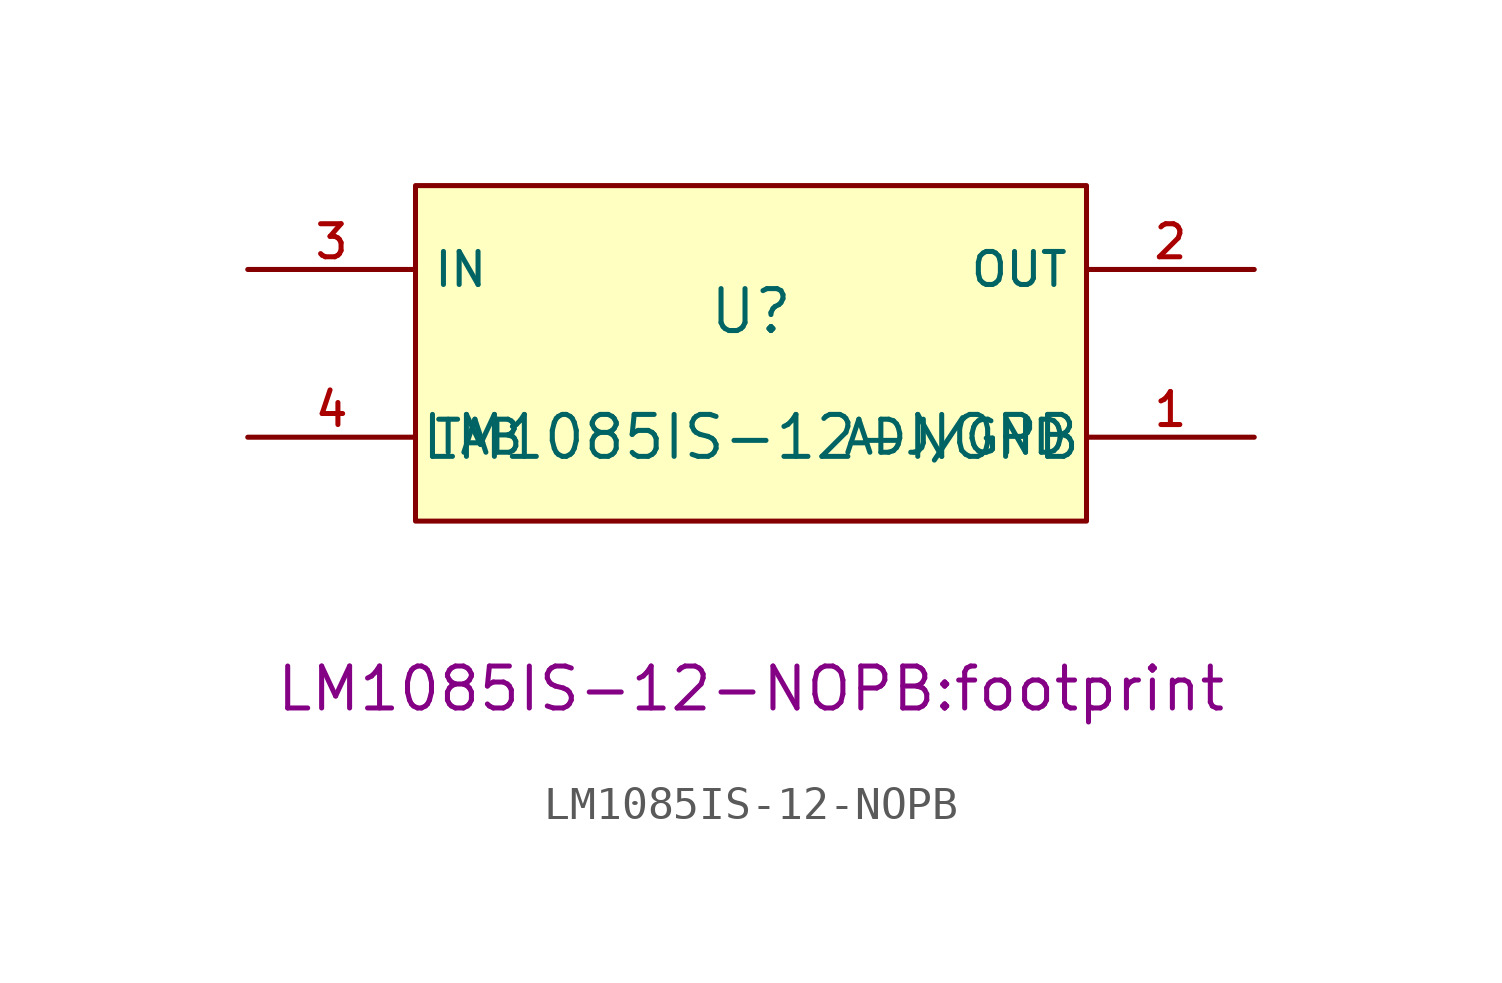
<source format=kicad_sym>
(kicad_symbol_lib
  (version 20231120)
  (generator "kicad_symbol_editor")
  (generator_version "8.0")
  (symbol "LM1085IS-12-NOPB"
    (property "Reference" "U"
      (at 0 1.27 0)
      (effects (font (size 1.27 1.27))))
    (property "Value" "LM1085IS-12-NOPB"
      (at 0 -2.54 0)
      (effects (font (size 1.27 1.27))))
    (property "Footprint" "LM1085IS-12-NOPB:footprint"
      (at 0 -10.16 0)
      (effects (font (size 1.27 1.27))))
    (symbol "LM1085IS-12-NOPB_0_1"
      (rectangle (start -10.16 5.08) (end 10.16 -5.08) (stroke (width 0) (type default)) (fill (type background)))
      (pin power_in line (at 15.24 -2.54 180) (length 5.08) (name "ADJ/GND" (effects (font (size 1 1)))) (number "1" (effects (font (size 1 1)))))
      (pin power_in line (at 15.24 2.54 180) (length 5.08) (name "OUT" (effects (font (size 1 1)))) (number "2" (effects (font (size 1 1)))))
      (pin power_in line (at -15.24 2.54 0) (length 5.08) (name "IN" (effects (font (size 1 1)))) (number "3" (effects (font (size 1 1)))))
      (pin power_in line (at -15.24 -2.54 0) (length 5.08) (name "TAB" (effects (font (size 1 1)))) (number "4" (effects (font (size 1 1))))))))
</source>
